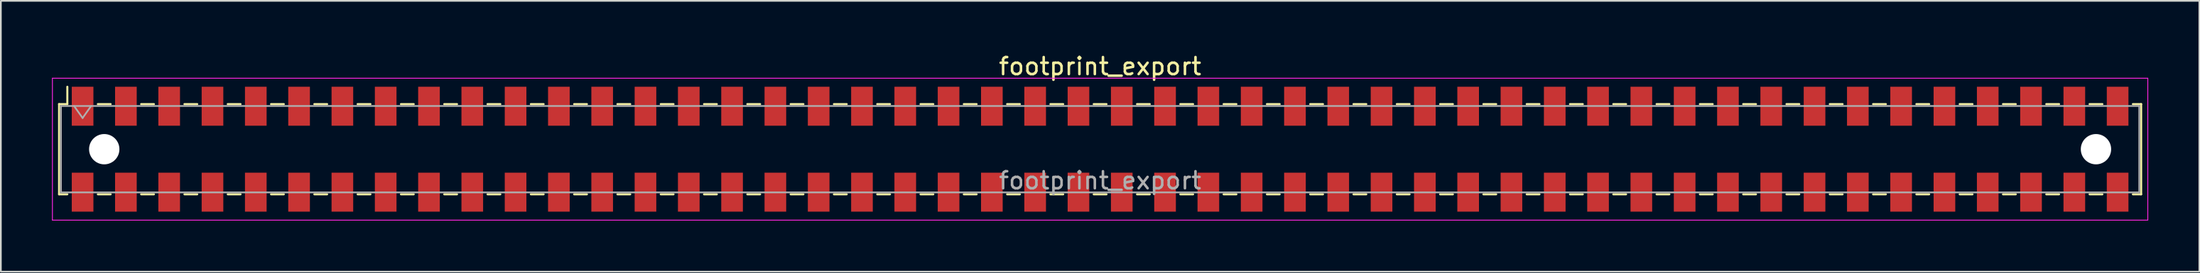
<source format=kicad_pcb>
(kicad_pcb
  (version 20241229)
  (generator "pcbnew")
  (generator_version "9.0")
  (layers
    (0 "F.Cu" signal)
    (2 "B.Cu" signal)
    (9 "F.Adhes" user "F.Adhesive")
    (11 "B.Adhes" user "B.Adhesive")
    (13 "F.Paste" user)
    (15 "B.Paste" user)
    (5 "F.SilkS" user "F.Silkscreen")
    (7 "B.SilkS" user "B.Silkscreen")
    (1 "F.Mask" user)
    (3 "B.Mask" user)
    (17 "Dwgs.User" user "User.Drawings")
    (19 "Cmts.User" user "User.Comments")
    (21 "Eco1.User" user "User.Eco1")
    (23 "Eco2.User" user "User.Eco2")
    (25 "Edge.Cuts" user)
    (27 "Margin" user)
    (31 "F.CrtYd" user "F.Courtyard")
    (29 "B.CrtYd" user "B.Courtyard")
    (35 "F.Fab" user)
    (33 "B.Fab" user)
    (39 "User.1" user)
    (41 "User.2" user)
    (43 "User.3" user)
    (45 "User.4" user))
  (footprint "footprint_export"
    (layer "F.Cu")
    (at 61.485 5.718)
    (property "Reference" "footprint_export" (at 0 -4.87 0) (layer "F.SilkS") (effects (font (size 1 1) (thickness 0.15))))
    (attr smd)
    (fp_line (start -61.07 -2.65) (end -61.07 2.65) (stroke (width 0.12) (type solid)) (layer "F.SilkS"))
    (fp_line (start -61.07 2.65) (end -60.585 2.65) (stroke (width 0.12) (type solid)) (layer "F.SilkS"))
    (fp_line (start -60.585 -3.67) (end -60.585 -2.65) (stroke (width 0.12) (type solid)) (layer "F.SilkS"))
    (fp_line (start -60.585 -2.65) (end -61.07 -2.65) (stroke (width 0.12) (type solid)) (layer "F.SilkS"))
    (fp_line (start -58.795 -2.65) (end -58.045 -2.65) (stroke (width 0.12) (type solid)) (layer "F.SilkS"))
    (fp_line (start -58.795 2.65) (end -58.045 2.65) (stroke (width 0.12) (type solid)) (layer "F.SilkS"))
    (fp_line (start -56.255 -2.65) (end -55.505 -2.65) (stroke (width 0.12) (type solid)) (layer "F.SilkS"))
    (fp_line (start -56.255 2.65) (end -55.505 2.65) (stroke (width 0.12) (type solid)) (layer "F.SilkS"))
    (fp_line (start -53.715 -2.65) (end -52.965 -2.65) (stroke (width 0.12) (type solid)) (layer "F.SilkS"))
    (fp_line (start -53.715 2.65) (end -52.965 2.65) (stroke (width 0.12) (type solid)) (layer "F.SilkS"))
    (fp_line (start -51.175 -2.65) (end -50.425 -2.65) (stroke (width 0.12) (type solid)) (layer "F.SilkS"))
    (fp_line (start -51.175 2.65) (end -50.425 2.65) (stroke (width 0.12) (type solid)) (layer "F.SilkS"))
    (fp_line (start -48.635 -2.65) (end -47.885 -2.65) (stroke (width 0.12) (type solid)) (layer "F.SilkS"))
    (fp_line (start -48.635 2.65) (end -47.885 2.65) (stroke (width 0.12) (type solid)) (layer "F.SilkS"))
    (fp_line (start -46.095 -2.65) (end -45.345 -2.65) (stroke (width 0.12) (type solid)) (layer "F.SilkS"))
    (fp_line (start -46.095 2.65) (end -45.345 2.65) (stroke (width 0.12) (type solid)) (layer "F.SilkS"))
    (fp_line (start -43.555 -2.65) (end -42.805 -2.65) (stroke (width 0.12) (type solid)) (layer "F.SilkS"))
    (fp_line (start -43.555 2.65) (end -42.805 2.65) (stroke (width 0.12) (type solid)) (layer "F.SilkS"))
    (fp_line (start -41.015 -2.65) (end -40.265 -2.65) (stroke (width 0.12) (type solid)) (layer "F.SilkS"))
    (fp_line (start -41.015 2.65) (end -40.265 2.65) (stroke (width 0.12) (type solid)) (layer "F.SilkS"))
    (fp_line (start -38.475 -2.65) (end -37.725 -2.65) (stroke (width 0.12) (type solid)) (layer "F.SilkS"))
    (fp_line (start -38.475 2.65) (end -37.725 2.65) (stroke (width 0.12) (type solid)) (layer "F.SilkS"))
    (fp_line (start -35.935 -2.65) (end -35.185 -2.65) (stroke (width 0.12) (type solid)) (layer "F.SilkS"))
    (fp_line (start -35.935 2.65) (end -35.185 2.65) (stroke (width 0.12) (type solid)) (layer "F.SilkS"))
    (fp_line (start -33.395 -2.65) (end -32.645 -2.65) (stroke (width 0.12) (type solid)) (layer "F.SilkS"))
    (fp_line (start -33.395 2.65) (end -32.645 2.65) (stroke (width 0.12) (type solid)) (layer "F.SilkS"))
    (fp_line (start -30.855 -2.65) (end -30.105 -2.65) (stroke (width 0.12) (type solid)) (layer "F.SilkS"))
    (fp_line (start -30.855 2.65) (end -30.105 2.65) (stroke (width 0.12) (type solid)) (layer "F.SilkS"))
    (fp_line (start -28.315 -2.65) (end -27.565 -2.65) (stroke (width 0.12) (type solid)) (layer "F.SilkS"))
    (fp_line (start -28.315 2.65) (end -27.565 2.65) (stroke (width 0.12) (type solid)) (layer "F.SilkS"))
    (fp_line (start -25.775 -2.65) (end -25.025 -2.65) (stroke (width 0.12) (type solid)) (layer "F.SilkS"))
    (fp_line (start -25.775 2.65) (end -25.025 2.65) (stroke (width 0.12) (type solid)) (layer "F.SilkS"))
    (fp_line (start -23.235 -2.65) (end -22.485 -2.65) (stroke (width 0.12) (type solid)) (layer "F.SilkS"))
    (fp_line (start -23.235 2.65) (end -22.485 2.65) (stroke (width 0.12) (type solid)) (layer "F.SilkS"))
    (fp_line (start -20.695 -2.65) (end -19.945 -2.65) (stroke (width 0.12) (type solid)) (layer "F.SilkS"))
    (fp_line (start -20.695 2.65) (end -19.945 2.65) (stroke (width 0.12) (type solid)) (layer "F.SilkS"))
    (fp_line (start -18.155 -2.65) (end -17.405 -2.65) (stroke (width 0.12) (type solid)) (layer "F.SilkS"))
    (fp_line (start -18.155 2.65) (end -17.405 2.65) (stroke (width 0.12) (type solid)) (layer "F.SilkS"))
    (fp_line (start -15.615 -2.65) (end -14.865 -2.65) (stroke (width 0.12) (type solid)) (layer "F.SilkS"))
    (fp_line (start -15.615 2.65) (end -14.865 2.65) (stroke (width 0.12) (type solid)) (layer "F.SilkS"))
    (fp_line (start -13.075 -2.65) (end -12.325 -2.65) (stroke (width 0.12) (type solid)) (layer "F.SilkS"))
    (fp_line (start -13.075 2.65) (end -12.325 2.65) (stroke (width 0.12) (type solid)) (layer "F.SilkS"))
    (fp_line (start -10.535 -2.65) (end -9.785 -2.65) (stroke (width 0.12) (type solid)) (layer "F.SilkS"))
    (fp_line (start -10.535 2.65) (end -9.785 2.65) (stroke (width 0.12) (type solid)) (layer "F.SilkS"))
    (fp_line (start -7.995 -2.65) (end -7.245 -2.65) (stroke (width 0.12) (type solid)) (layer "F.SilkS"))
    (fp_line (start -7.995 2.65) (end -7.245 2.65) (stroke (width 0.12) (type solid)) (layer "F.SilkS"))
    (fp_line (start -5.455 -2.65) (end -4.705 -2.65) (stroke (width 0.12) (type solid)) (layer "F.SilkS"))
    (fp_line (start -5.455 2.65) (end -4.705 2.65) (stroke (width 0.12) (type solid)) (layer "F.SilkS"))
    (fp_line (start -2.915 -2.65) (end -2.165 -2.65) (stroke (width 0.12) (type solid)) (layer "F.SilkS"))
    (fp_line (start -2.915 2.65) (end -2.165 2.65) (stroke (width 0.12) (type solid)) (layer "F.SilkS"))
    (fp_line (start -0.375 -2.65) (end 0.375 -2.65) (stroke (width 0.12) (type solid)) (layer "F.SilkS"))
    (fp_line (start -0.375 2.65) (end 0.375 2.65) (stroke (width 0.12) (type solid)) (layer "F.SilkS"))
    (fp_line (start 2.165 -2.65) (end 2.915 -2.65) (stroke (width 0.12) (type solid)) (layer "F.SilkS"))
    (fp_line (start 2.165 2.65) (end 2.915 2.65) (stroke (width 0.12) (type solid)) (layer "F.SilkS"))
    (fp_line (start 4.705 -2.65) (end 5.455 -2.65) (stroke (width 0.12) (type solid)) (layer "F.SilkS"))
    (fp_line (start 4.705 2.65) (end 5.455 2.65) (stroke (width 0.12) (type solid)) (layer "F.SilkS"))
    (fp_line (start 7.245 -2.65) (end 7.995 -2.65) (stroke (width 0.12) (type solid)) (layer "F.SilkS"))
    (fp_line (start 7.245 2.65) (end 7.995 2.65) (stroke (width 0.12) (type solid)) (layer "F.SilkS"))
    (fp_line (start 9.785 -2.65) (end 10.535 -2.65) (stroke (width 0.12) (type solid)) (layer "F.SilkS"))
    (fp_line (start 9.785 2.65) (end 10.535 2.65) (stroke (width 0.12) (type solid)) (layer "F.SilkS"))
    (fp_line (start 12.325 -2.65) (end 13.075 -2.65) (stroke (width 0.12) (type solid)) (layer "F.SilkS"))
    (fp_line (start 12.325 2.65) (end 13.075 2.65) (stroke (width 0.12) (type solid)) (layer "F.SilkS"))
    (fp_line (start 14.865 -2.65) (end 15.615 -2.65) (stroke (width 0.12) (type solid)) (layer "F.SilkS"))
    (fp_line (start 14.865 2.65) (end 15.615 2.65) (stroke (width 0.12) (type solid)) (layer "F.SilkS"))
    (fp_line (start 17.405 -2.65) (end 18.155 -2.65) (stroke (width 0.12) (type solid)) (layer "F.SilkS"))
    (fp_line (start 17.405 2.65) (end 18.155 2.65) (stroke (width 0.12) (type solid)) (layer "F.SilkS"))
    (fp_line (start 19.945 -2.65) (end 20.695 -2.65) (stroke (width 0.12) (type solid)) (layer "F.SilkS"))
    (fp_line (start 19.945 2.65) (end 20.695 2.65) (stroke (width 0.12) (type solid)) (layer "F.SilkS"))
    (fp_line (start 22.485 -2.65) (end 23.235 -2.65) (stroke (width 0.12) (type solid)) (layer "F.SilkS"))
    (fp_line (start 22.485 2.65) (end 23.235 2.65) (stroke (width 0.12) (type solid)) (layer "F.SilkS"))
    (fp_line (start 25.025 -2.65) (end 25.775 -2.65) (stroke (width 0.12) (type solid)) (layer "F.SilkS"))
    (fp_line (start 25.025 2.65) (end 25.775 2.65) (stroke (width 0.12) (type solid)) (layer "F.SilkS"))
    (fp_line (start 27.565 -2.65) (end 28.315 -2.65) (stroke (width 0.12) (type solid)) (layer "F.SilkS"))
    (fp_line (start 27.565 2.65) (end 28.315 2.65) (stroke (width 0.12) (type solid)) (layer "F.SilkS"))
    (fp_line (start 30.105 -2.65) (end 30.855 -2.65) (stroke (width 0.12) (type solid)) (layer "F.SilkS"))
    (fp_line (start 30.105 2.65) (end 30.855 2.65) (stroke (width 0.12) (type solid)) (layer "F.SilkS"))
    (fp_line (start 32.645 -2.65) (end 33.395 -2.65) (stroke (width 0.12) (type solid)) (layer "F.SilkS"))
    (fp_line (start 32.645 2.65) (end 33.395 2.65) (stroke (width 0.12) (type solid)) (layer "F.SilkS"))
    (fp_line (start 35.185 -2.65) (end 35.935 -2.65) (stroke (width 0.12) (type solid)) (layer "F.SilkS"))
    (fp_line (start 35.185 2.65) (end 35.935 2.65) (stroke (width 0.12) (type solid)) (layer "F.SilkS"))
    (fp_line (start 37.725 -2.65) (end 38.475 -2.65) (stroke (width 0.12) (type solid)) (layer "F.SilkS"))
    (fp_line (start 37.725 2.65) (end 38.475 2.65) (stroke (width 0.12) (type solid)) (layer "F.SilkS"))
    (fp_line (start 40.265 -2.65) (end 41.015 -2.65) (stroke (width 0.12) (type solid)) (layer "F.SilkS"))
    (fp_line (start 40.265 2.65) (end 41.015 2.65) (stroke (width 0.12) (type solid)) (layer "F.SilkS"))
    (fp_line (start 42.805 -2.65) (end 43.555 -2.65) (stroke (width 0.12) (type solid)) (layer "F.SilkS"))
    (fp_line (start 42.805 2.65) (end 43.555 2.65) (stroke (width 0.12) (type solid)) (layer "F.SilkS"))
    (fp_line (start 45.345 -2.65) (end 46.095 -2.65) (stroke (width 0.12) (type solid)) (layer "F.SilkS"))
    (fp_line (start 45.345 2.65) (end 46.095 2.65) (stroke (width 0.12) (type solid)) (layer "F.SilkS"))
    (fp_line (start 47.885 -2.65) (end 48.635 -2.65) (stroke (width 0.12) (type solid)) (layer "F.SilkS"))
    (fp_line (start 47.885 2.65) (end 48.635 2.65) (stroke (width 0.12) (type solid)) (layer "F.SilkS"))
    (fp_line (start 50.425 -2.65) (end 51.175 -2.65) (stroke (width 0.12) (type solid)) (layer "F.SilkS"))
    (fp_line (start 50.425 2.65) (end 51.175 2.65) (stroke (width 0.12) (type solid)) (layer "F.SilkS"))
    (fp_line (start 52.965 -2.65) (end 53.715 -2.65) (stroke (width 0.12) (type solid)) (layer "F.SilkS"))
    (fp_line (start 52.965 2.65) (end 53.715 2.65) (stroke (width 0.12) (type solid)) (layer "F.SilkS"))
    (fp_line (start 55.505 -2.65) (end 56.255 -2.65) (stroke (width 0.12) (type solid)) (layer "F.SilkS"))
    (fp_line (start 55.505 2.65) (end 56.255 2.65) (stroke (width 0.12) (type solid)) (layer "F.SilkS"))
    (fp_line (start 58.045 -2.65) (end 58.795 -2.65) (stroke (width 0.12) (type solid)) (layer "F.SilkS"))
    (fp_line (start 58.045 2.65) (end 58.795 2.65) (stroke (width 0.12) (type solid)) (layer "F.SilkS"))
    (fp_line (start 60.585 -2.65) (end 61.07 -2.65) (stroke (width 0.12) (type solid)) (layer "F.SilkS"))
    (fp_line (start 61.07 -2.65) (end 61.07 2.65) (stroke (width 0.12) (type solid)) (layer "F.SilkS"))
    (fp_line (start 61.07 2.65) (end 60.585 2.65) (stroke (width 0.12) (type solid)) (layer "F.SilkS"))
    (fp_line (start -61.46 -4.17) (end 61.46 -4.17) (stroke (width 0.05) (type solid)) (layer "F.CrtYd"))
    (fp_line (start -61.46 4.17) (end -61.46 -4.17) (stroke (width 0.05) (type solid)) (layer "F.CrtYd"))
    (fp_line (start 61.46 -4.17) (end 61.46 4.17) (stroke (width 0.05) (type solid)) (layer "F.CrtYd"))
    (fp_line (start 61.46 4.17) (end -61.46 4.17) (stroke (width 0.05) (type solid)) (layer "F.CrtYd"))
    (fp_line (start -60.96 -2.54) (end 60.96 -2.54) (stroke (width 0.1) (type solid)) (layer "F.Fab"))
    (fp_line (start -60.96 2.54) (end -60.96 -2.54) (stroke (width 0.1) (type solid)) (layer "F.Fab"))
    (fp_line (start -60.19 -2.54) (end -59.69 -1.833) (stroke (width 0.1) (type solid)) (layer "F.Fab"))
    (fp_line (start -59.69 -1.833) (end -59.19 -2.54) (stroke (width 0.1) (type solid)) (layer "F.Fab"))
    (fp_line (start 60.96 -2.54) (end 60.96 2.54) (stroke (width 0.1) (type solid)) (layer "F.Fab"))
    (fp_line (start 60.96 2.54) (end -60.96 2.54) (stroke (width 0.1) (type solid)) (layer "F.Fab"))
    (fp_text user "${REFERENCE}" (at 0 1.84 0) (layer "F.Fab") (effects (font (size 1 1) (thickness 0.15))))
    (pad "" np_thru_hole circle (at -58.42 0) (size 1.78 1.78) (drill 1.78) (layers "*.Cu" "*.Mask"))
    (pad "" np_thru_hole circle (at 58.42 0) (size 1.78 1.78) (drill 1.78) (layers "*.Cu" "*.Mask"))
    (pad "1" smd rect (at -59.69 -2.525) (size 1.27 2.29) (layers "F.Cu" "F.Mask" "F.Paste"))
    (pad "2" smd rect (at -59.69 2.525) (size 1.27 2.29) (layers "F.Cu" "F.Mask" "F.Paste"))
    (pad "3" smd rect (at -57.15 -2.525) (size 1.27 2.29) (layers "F.Cu" "F.Mask" "F.Paste"))
    (pad "4" smd rect (at -57.15 2.525) (size 1.27 2.29) (layers "F.Cu" "F.Mask" "F.Paste"))
    (pad "5" smd rect (at -54.61 -2.525) (size 1.27 2.29) (layers "F.Cu" "F.Mask" "F.Paste"))
    (pad "6" smd rect (at -54.61 2.525) (size 1.27 2.29) (layers "F.Cu" "F.Mask" "F.Paste"))
    (pad "7" smd rect (at -52.07 -2.525) (size 1.27 2.29) (layers "F.Cu" "F.Mask" "F.Paste"))
    (pad "8" smd rect (at -52.07 2.525) (size 1.27 2.29) (layers "F.Cu" "F.Mask" "F.Paste"))
    (pad "9" smd rect (at -49.53 -2.525) (size 1.27 2.29) (layers "F.Cu" "F.Mask" "F.Paste"))
    (pad "10" smd rect (at -49.53 2.525) (size 1.27 2.29) (layers "F.Cu" "F.Mask" "F.Paste"))
    (pad "11" smd rect (at -46.99 -2.525) (size 1.27 2.29) (layers "F.Cu" "F.Mask" "F.Paste"))
    (pad "12" smd rect (at -46.99 2.525) (size 1.27 2.29) (layers "F.Cu" "F.Mask" "F.Paste"))
    (pad "13" smd rect (at -44.45 -2.525) (size 1.27 2.29) (layers "F.Cu" "F.Mask" "F.Paste"))
    (pad "14" smd rect (at -44.45 2.525) (size 1.27 2.29) (layers "F.Cu" "F.Mask" "F.Paste"))
    (pad "15" smd rect (at -41.91 -2.525) (size 1.27 2.29) (layers "F.Cu" "F.Mask" "F.Paste"))
    (pad "16" smd rect (at -41.91 2.525) (size 1.27 2.29) (layers "F.Cu" "F.Mask" "F.Paste"))
    (pad "17" smd rect (at -39.37 -2.525) (size 1.27 2.29) (layers "F.Cu" "F.Mask" "F.Paste"))
    (pad "18" smd rect (at -39.37 2.525) (size 1.27 2.29) (layers "F.Cu" "F.Mask" "F.Paste"))
    (pad "19" smd rect (at -36.83 -2.525) (size 1.27 2.29) (layers "F.Cu" "F.Mask" "F.Paste"))
    (pad "20" smd rect (at -36.83 2.525) (size 1.27 2.29) (layers "F.Cu" "F.Mask" "F.Paste"))
    (pad "21" smd rect (at -34.29 -2.525) (size 1.27 2.29) (layers "F.Cu" "F.Mask" "F.Paste"))
    (pad "22" smd rect (at -34.29 2.525) (size 1.27 2.29) (layers "F.Cu" "F.Mask" "F.Paste"))
    (pad "23" smd rect (at -31.75 -2.525) (size 1.27 2.29) (layers "F.Cu" "F.Mask" "F.Paste"))
    (pad "24" smd rect (at -31.75 2.525) (size 1.27 2.29) (layers "F.Cu" "F.Mask" "F.Paste"))
    (pad "25" smd rect (at -29.21 -2.525) (size 1.27 2.29) (layers "F.Cu" "F.Mask" "F.Paste"))
    (pad "26" smd rect (at -29.21 2.525) (size 1.27 2.29) (layers "F.Cu" "F.Mask" "F.Paste"))
    (pad "27" smd rect (at -26.67 -2.525) (size 1.27 2.29) (layers "F.Cu" "F.Mask" "F.Paste"))
    (pad "28" smd rect (at -26.67 2.525) (size 1.27 2.29) (layers "F.Cu" "F.Mask" "F.Paste"))
    (pad "29" smd rect (at -24.13 -2.525) (size 1.27 2.29) (layers "F.Cu" "F.Mask" "F.Paste"))
    (pad "30" smd rect (at -24.13 2.525) (size 1.27 2.29) (layers "F.Cu" "F.Mask" "F.Paste"))
    (pad "31" smd rect (at -21.59 -2.525) (size 1.27 2.29) (layers "F.Cu" "F.Mask" "F.Paste"))
    (pad "32" smd rect (at -21.59 2.525) (size 1.27 2.29) (layers "F.Cu" "F.Mask" "F.Paste"))
    (pad "33" smd rect (at -19.05 -2.525) (size 1.27 2.29) (layers "F.Cu" "F.Mask" "F.Paste"))
    (pad "34" smd rect (at -19.05 2.525) (size 1.27 2.29) (layers "F.Cu" "F.Mask" "F.Paste"))
    (pad "35" smd rect (at -16.51 -2.525) (size 1.27 2.29) (layers "F.Cu" "F.Mask" "F.Paste"))
    (pad "36" smd rect (at -16.51 2.525) (size 1.27 2.29) (layers "F.Cu" "F.Mask" "F.Paste"))
    (pad "37" smd rect (at -13.97 -2.525) (size 1.27 2.29) (layers "F.Cu" "F.Mask" "F.Paste"))
    (pad "38" smd rect (at -13.97 2.525) (size 1.27 2.29) (layers "F.Cu" "F.Mask" "F.Paste"))
    (pad "39" smd rect (at -11.43 -2.525) (size 1.27 2.29) (layers "F.Cu" "F.Mask" "F.Paste"))
    (pad "40" smd rect (at -11.43 2.525) (size 1.27 2.29) (layers "F.Cu" "F.Mask" "F.Paste"))
    (pad "41" smd rect (at -8.89 -2.525) (size 1.27 2.29) (layers "F.Cu" "F.Mask" "F.Paste"))
    (pad "42" smd rect (at -8.89 2.525) (size 1.27 2.29) (layers "F.Cu" "F.Mask" "F.Paste"))
    (pad "43" smd rect (at -6.35 -2.525) (size 1.27 2.29) (layers "F.Cu" "F.Mask" "F.Paste"))
    (pad "44" smd rect (at -6.35 2.525) (size 1.27 2.29) (layers "F.Cu" "F.Mask" "F.Paste"))
    (pad "45" smd rect (at -3.81 -2.525) (size 1.27 2.29) (layers "F.Cu" "F.Mask" "F.Paste"))
    (pad "46" smd rect (at -3.81 2.525) (size 1.27 2.29) (layers "F.Cu" "F.Mask" "F.Paste"))
    (pad "47" smd rect (at -1.27 -2.525) (size 1.27 2.29) (layers "F.Cu" "F.Mask" "F.Paste"))
    (pad "48" smd rect (at -1.27 2.525) (size 1.27 2.29) (layers "F.Cu" "F.Mask" "F.Paste"))
    (pad "49" smd rect (at 1.27 -2.525) (size 1.27 2.29) (layers "F.Cu" "F.Mask" "F.Paste"))
    (pad "50" smd rect (at 1.27 2.525) (size 1.27 2.29) (layers "F.Cu" "F.Mask" "F.Paste"))
    (pad "51" smd rect (at 3.81 -2.525) (size 1.27 2.29) (layers "F.Cu" "F.Mask" "F.Paste"))
    (pad "52" smd rect (at 3.81 2.525) (size 1.27 2.29) (layers "F.Cu" "F.Mask" "F.Paste"))
    (pad "53" smd rect (at 6.35 -2.525) (size 1.27 2.29) (layers "F.Cu" "F.Mask" "F.Paste"))
    (pad "54" smd rect (at 6.35 2.525) (size 1.27 2.29) (layers "F.Cu" "F.Mask" "F.Paste"))
    (pad "55" smd rect (at 8.89 -2.525) (size 1.27 2.29) (layers "F.Cu" "F.Mask" "F.Paste"))
    (pad "56" smd rect (at 8.89 2.525) (size 1.27 2.29) (layers "F.Cu" "F.Mask" "F.Paste"))
    (pad "57" smd rect (at 11.43 -2.525) (size 1.27 2.29) (layers "F.Cu" "F.Mask" "F.Paste"))
    (pad "58" smd rect (at 11.43 2.525) (size 1.27 2.29) (layers "F.Cu" "F.Mask" "F.Paste"))
    (pad "59" smd rect (at 13.97 -2.525) (size 1.27 2.29) (layers "F.Cu" "F.Mask" "F.Paste"))
    (pad "60" smd rect (at 13.97 2.525) (size 1.27 2.29) (layers "F.Cu" "F.Mask" "F.Paste"))
    (pad "61" smd rect (at 16.51 -2.525) (size 1.27 2.29) (layers "F.Cu" "F.Mask" "F.Paste"))
    (pad "62" smd rect (at 16.51 2.525) (size 1.27 2.29) (layers "F.Cu" "F.Mask" "F.Paste"))
    (pad "63" smd rect (at 19.05 -2.525) (size 1.27 2.29) (layers "F.Cu" "F.Mask" "F.Paste"))
    (pad "64" smd rect (at 19.05 2.525) (size 1.27 2.29) (layers "F.Cu" "F.Mask" "F.Paste"))
    (pad "65" smd rect (at 21.59 -2.525) (size 1.27 2.29) (layers "F.Cu" "F.Mask" "F.Paste"))
    (pad "66" smd rect (at 21.59 2.525) (size 1.27 2.29) (layers "F.Cu" "F.Mask" "F.Paste"))
    (pad "67" smd rect (at 24.13 -2.525) (size 1.27 2.29) (layers "F.Cu" "F.Mask" "F.Paste"))
    (pad "68" smd rect (at 24.13 2.525) (size 1.27 2.29) (layers "F.Cu" "F.Mask" "F.Paste"))
    (pad "69" smd rect (at 26.67 -2.525) (size 1.27 2.29) (layers "F.Cu" "F.Mask" "F.Paste"))
    (pad "70" smd rect (at 26.67 2.525) (size 1.27 2.29) (layers "F.Cu" "F.Mask" "F.Paste"))
    (pad "71" smd rect (at 29.21 -2.525) (size 1.27 2.29) (layers "F.Cu" "F.Mask" "F.Paste"))
    (pad "72" smd rect (at 29.21 2.525) (size 1.27 2.29) (layers "F.Cu" "F.Mask" "F.Paste"))
    (pad "73" smd rect (at 31.75 -2.525) (size 1.27 2.29) (layers "F.Cu" "F.Mask" "F.Paste"))
    (pad "74" smd rect (at 31.75 2.525) (size 1.27 2.29) (layers "F.Cu" "F.Mask" "F.Paste"))
    (pad "75" smd rect (at 34.29 -2.525) (size 1.27 2.29) (layers "F.Cu" "F.Mask" "F.Paste"))
    (pad "76" smd rect (at 34.29 2.525) (size 1.27 2.29) (layers "F.Cu" "F.Mask" "F.Paste"))
    (pad "77" smd rect (at 36.83 -2.525) (size 1.27 2.29) (layers "F.Cu" "F.Mask" "F.Paste"))
    (pad "78" smd rect (at 36.83 2.525) (size 1.27 2.29) (layers "F.Cu" "F.Mask" "F.Paste"))
    (pad "79" smd rect (at 39.37 -2.525) (size 1.27 2.29) (layers "F.Cu" "F.Mask" "F.Paste"))
    (pad "80" smd rect (at 39.37 2.525) (size 1.27 2.29) (layers "F.Cu" "F.Mask" "F.Paste"))
    (pad "81" smd rect (at 41.91 -2.525) (size 1.27 2.29) (layers "F.Cu" "F.Mask" "F.Paste"))
    (pad "82" smd rect (at 41.91 2.525) (size 1.27 2.29) (layers "F.Cu" "F.Mask" "F.Paste"))
    (pad "83" smd rect (at 44.45 -2.525) (size 1.27 2.29) (layers "F.Cu" "F.Mask" "F.Paste"))
    (pad "84" smd rect (at 44.45 2.525) (size 1.27 2.29) (layers "F.Cu" "F.Mask" "F.Paste"))
    (pad "85" smd rect (at 46.99 -2.525) (size 1.27 2.29) (layers "F.Cu" "F.Mask" "F.Paste"))
    (pad "86" smd rect (at 46.99 2.525) (size 1.27 2.29) (layers "F.Cu" "F.Mask" "F.Paste"))
    (pad "87" smd rect (at 49.53 -2.525) (size 1.27 2.29) (layers "F.Cu" "F.Mask" "F.Paste"))
    (pad "88" smd rect (at 49.53 2.525) (size 1.27 2.29) (layers "F.Cu" "F.Mask" "F.Paste"))
    (pad "89" smd rect (at 52.07 -2.525) (size 1.27 2.29) (layers "F.Cu" "F.Mask" "F.Paste"))
    (pad "90" smd rect (at 52.07 2.525) (size 1.27 2.29) (layers "F.Cu" "F.Mask" "F.Paste"))
    (pad "91" smd rect (at 54.61 -2.525) (size 1.27 2.29) (layers "F.Cu" "F.Mask" "F.Paste"))
    (pad "92" smd rect (at 54.61 2.525) (size 1.27 2.29) (layers "F.Cu" "F.Mask" "F.Paste"))
    (pad "93" smd rect (at 57.15 -2.525) (size 1.27 2.29) (layers "F.Cu" "F.Mask" "F.Paste"))
    (pad "94" smd rect (at 57.15 2.525) (size 1.27 2.29) (layers "F.Cu" "F.Mask" "F.Paste"))
    (pad "95" smd rect (at 59.69 -2.525) (size 1.27 2.29) (layers "F.Cu" "F.Mask" "F.Paste"))
    (pad "96" smd rect (at 59.69 2.525) (size 1.27 2.29) (layers "F.Cu" "F.Mask" "F.Paste")))
  (gr_rect
    (start -3 -3)
    (end 125.97 12.913)
    (stroke (width 0.1) (type default))
    (fill no)
    (layer "Edge.Cuts")))
</source>
